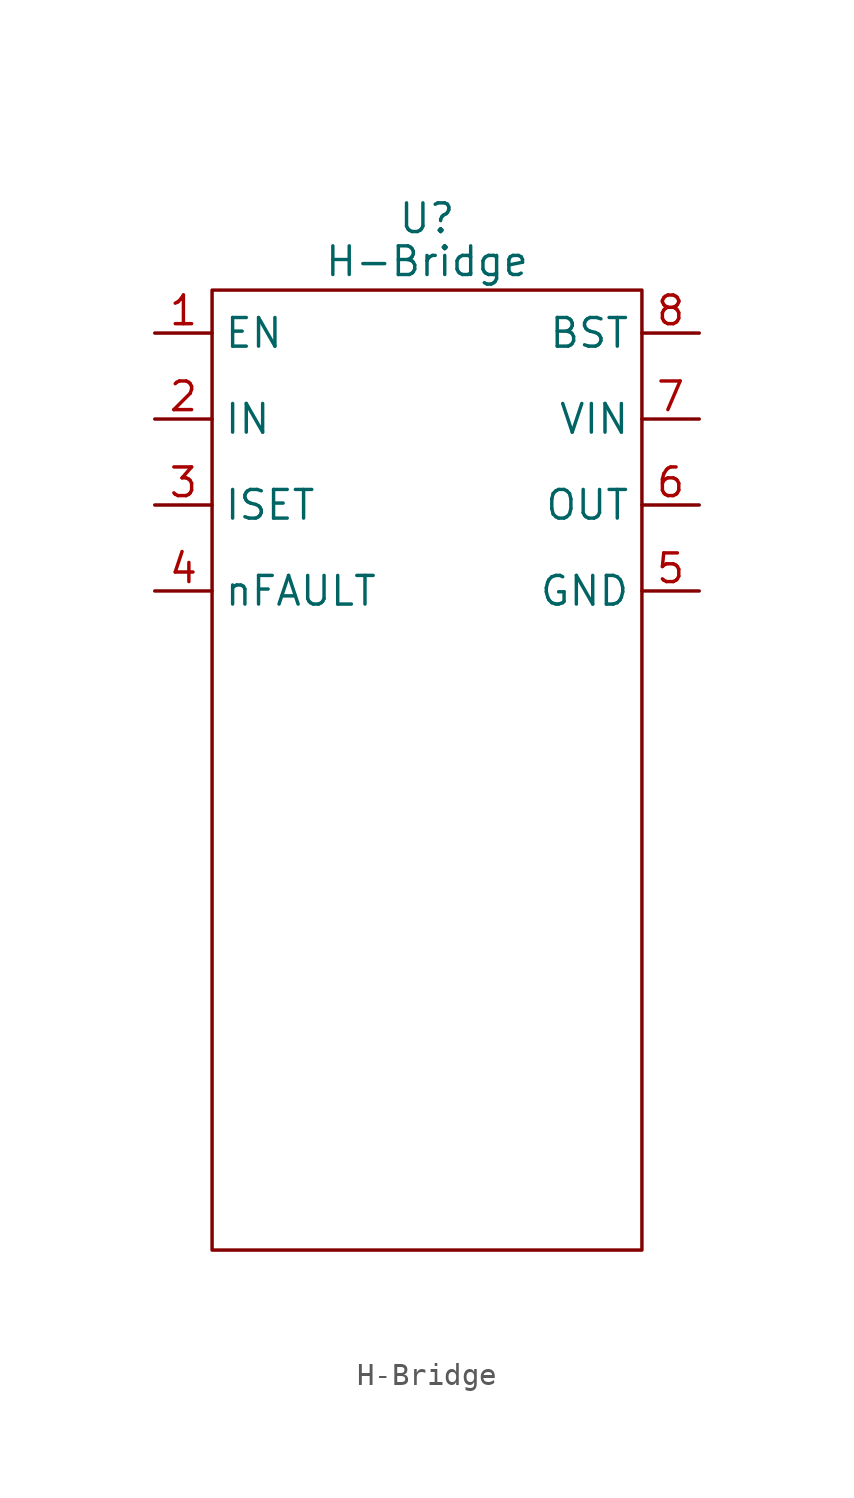
<source format=kicad_sym>
(kicad_symbol_lib
  (version 20220914)
  (generator kicad_symbol_editor)
  (symbol "H-Bridge"
    (property "Reference" "U"
      (at 0 10.795 0)
      (effects (font (size 1.27 1.27))))
    (property "Value" "H-Bridge"
      (at 0 8.89 0)
      (effects (font (size 1.27 1.27))))
    (symbol "H-Bridge_0_0"
      (text "" (at -8.89 -15.24 0) (effects (font (size 1.27 1.27)))))
    (symbol "H-Bridge_0_1"
      (rectangle (start -9.525 7.62) (end 9.525 -34.925) (stroke (width 0) (type default)) (fill (type none))))
    (symbol "H-Bridge_1_1"
      (pin input line (at -12.065 5.715 0) (length 2.54) (name "EN" (effects (font (size 1.27 1.27)))) (number "1" (effects (font (size 1.27 1.27)))))
      (pin input line (at -12.065 1.905 0) (length 2.54) (name "IN" (effects (font (size 1.27 1.27)))) (number "2" (effects (font (size 1.27 1.27)))))
      (pin input line (at -12.065 -1.905 0) (length 2.54) (name "ISET" (effects (font (size 1.27 1.27)))) (number "3" (effects (font (size 1.27 1.27)))))
      (pin input line (at -12.065 -5.715 0) (length 2.54) (name "nFAULT" (effects (font (size 1.27 1.27)))) (number "4" (effects (font (size 1.27 1.27)))))
      (pin input line (at 12.065 -5.715 180) (length 2.54) (name "GND" (effects (font (size 1.27 1.27)))) (number "5" (effects (font (size 1.27 1.27)))))
      (pin input line (at 12.065 -1.905 180) (length 2.54) (name "OUT" (effects (font (size 1.27 1.27)))) (number "6" (effects (font (size 1.27 1.27)))))
      (pin input line (at 12.065 1.905 180) (length 2.54) (name "VIN" (effects (font (size 1.27 1.27)))) (number "7" (effects (font (size 1.27 1.27)))))
      (pin input line (at 12.065 5.715 180) (length 2.54) (name "BST" (effects (font (size 1.27 1.27)))) (number "8" (effects (font (size 1.27 1.27))))))))
</source>
